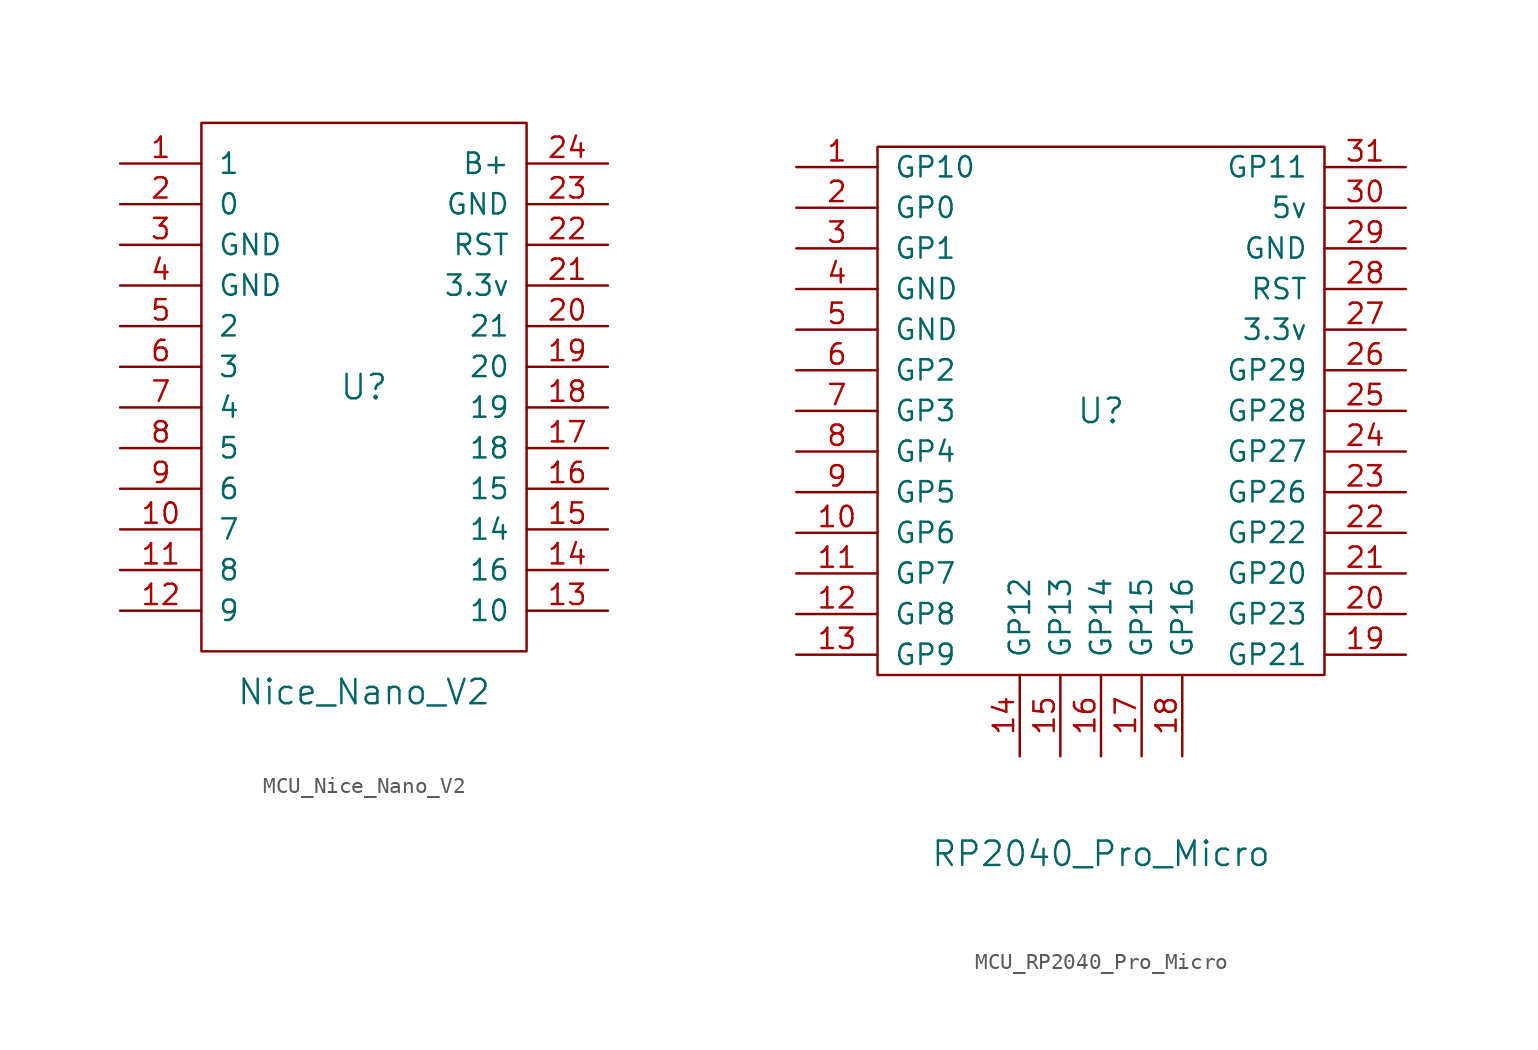
<source format=kicad_sym>
(kicad_symbol_lib
  (version 20241209)
  (generator "kicad_symbol_editor")
  (generator_version "9.0")
  (symbol "MCU_Nice_Nano_V2"
    (pin_names
      (offset 1.016))
    (property "Reference" "U"
      (at 0 0 0)
      (effects (font (size 1.524 1.524))))
    (property "Value" "Nice_Nano_V2"
      (at 0 -19.05 0)
      (effects (font (size 1.524 1.524))))
    (symbol "MCU_Nice_Nano_V2_0_1"
      (rectangle (start -10.16 16.51) (end 10.16 -16.51) (stroke (width 0) (type solid)) (fill (type none))))
    (symbol "MCU_Nice_Nano_V2_1_1"
      (pin input line (at -15.24 13.97 0) (length 5.08) (name "1" (effects (font (size 1.27 1.27)))) (number "1" (effects (font (size 1.27 1.27)))))
      (pin input line (at -15.24 11.43 0) (length 5.08) (name "0" (effects (font (size 1.27 1.27)))) (number "2" (effects (font (size 1.27 1.27)))))
      (pin input line (at -15.24 8.89 0) (length 5.08) (name "GND" (effects (font (size 1.27 1.27)))) (number "3" (effects (font (size 1.27 1.27)))))
      (pin input line (at -15.24 6.35 0) (length 5.08) (name "GND" (effects (font (size 1.27 1.27)))) (number "4" (effects (font (size 1.27 1.27)))))
      (pin input line (at -15.24 3.81 0) (length 5.08) (name "2" (effects (font (size 1.27 1.27)))) (number "5" (effects (font (size 1.27 1.27)))))
      (pin input line (at -15.24 1.27 0) (length 5.08) (name "3" (effects (font (size 1.27 1.27)))) (number "6" (effects (font (size 1.27 1.27)))))
      (pin input line (at -15.24 -1.27 0) (length 5.08) (name "4" (effects (font (size 1.27 1.27)))) (number "7" (effects (font (size 1.27 1.27)))))
      (pin input line (at -15.24 -3.81 0) (length 5.08) (name "5" (effects (font (size 1.27 1.27)))) (number "8" (effects (font (size 1.27 1.27)))))
      (pin input line (at -15.24 -6.35 0) (length 5.08) (name "6" (effects (font (size 1.27 1.27)))) (number "9" (effects (font (size 1.27 1.27)))))
      (pin input line (at -15.24 -8.89 0) (length 5.08) (name "7" (effects (font (size 1.27 1.27)))) (number "10" (effects (font (size 1.27 1.27)))))
      (pin input line (at -15.24 -11.43 0) (length 5.08) (name "8" (effects (font (size 1.27 1.27)))) (number "11" (effects (font (size 1.27 1.27)))))
      (pin input line (at -15.24 -13.97 0) (length 5.08) (name "9" (effects (font (size 1.27 1.27)))) (number "12" (effects (font (size 1.27 1.27)))))
      (pin input line (at 15.24 13.97 180) (length 5.08) (name "B+" (effects (font (size 1.27 1.27)))) (number "24" (effects (font (size 1.27 1.27)))))
      (pin input line (at 15.24 11.43 180) (length 5.08) (name "GND" (effects (font (size 1.27 1.27)))) (number "23" (effects (font (size 1.27 1.27)))))
      (pin input line (at 15.24 8.89 180) (length 5.08) (name "RST" (effects (font (size 1.27 1.27)))) (number "22" (effects (font (size 1.27 1.27)))))
      (pin input line (at 15.24 6.35 180) (length 5.08) (name "3.3v" (effects (font (size 1.27 1.27)))) (number "21" (effects (font (size 1.27 1.27)))))
      (pin input line (at 15.24 3.81 180) (length 5.08) (name "21" (effects (font (size 1.27 1.27)))) (number "20" (effects (font (size 1.27 1.27)))))
      (pin input line (at 15.24 1.27 180) (length 5.08) (name "20" (effects (font (size 1.27 1.27)))) (number "19" (effects (font (size 1.27 1.27)))))
      (pin input line (at 15.24 -1.27 180) (length 5.08) (name "19" (effects (font (size 1.27 1.27)))) (number "18" (effects (font (size 1.27 1.27)))))
      (pin input line (at 15.24 -3.81 180) (length 5.08) (name "18" (effects (font (size 1.27 1.27)))) (number "17" (effects (font (size 1.27 1.27)))))
      (pin input line (at 15.24 -6.35 180) (length 5.08) (name "15" (effects (font (size 1.27 1.27)))) (number "16" (effects (font (size 1.27 1.27)))))
      (pin input line (at 15.24 -8.89 180) (length 5.08) (name "14" (effects (font (size 1.27 1.27)))) (number "15" (effects (font (size 1.27 1.27)))))
      (pin input line (at 15.24 -11.43 180) (length 5.08) (name "16" (effects (font (size 1.27 1.27)))) (number "14" (effects (font (size 1.27 1.27)))))
      (pin input line (at 15.24 -13.97 180) (length 5.08) (name "10" (effects (font (size 1.27 1.27)))) (number "13" (effects (font (size 1.27 1.27)))))))
  (symbol "MCU_RP2040_Pro_Micro"
    (pin_names
      (offset 1.016))
    (property "Reference" "U"
      (at 0 0 0)
      (effects (font (size 1.524 1.524))))
    (property "Value" "RP2040_Pro_Micro"
      (at 0 -27.686 0)
      (effects (font (size 1.524 1.524))))
    (symbol "MCU_RP2040_Pro_Micro_0_1"
      (rectangle (start -13.97 16.51) (end 13.97 -16.51) (stroke (width 0) (type solid)) (fill (type none))))
    (symbol "MCU_RP2040_Pro_Micro_1_1"
      (pin input line (at -19.05 15.24 0) (length 5.08) (name "GP10" (effects (font (size 1.27 1.27)))) (number "1" (effects (font (size 1.27 1.27)))))
      (pin input line (at -19.05 12.7 0) (length 5.08) (name "GP0" (effects (font (size 1.27 1.27)))) (number "2" (effects (font (size 1.27 1.27)))))
      (pin input line (at -19.05 10.16 0) (length 5.08) (name "GP1" (effects (font (size 1.27 1.27)))) (number "3" (effects (font (size 1.27 1.27)))))
      (pin input line (at -19.05 7.62 0) (length 5.08) (name "GND" (effects (font (size 1.27 1.27)))) (number "4" (effects (font (size 1.27 1.27)))))
      (pin input line (at -19.05 5.08 0) (length 5.08) (name "GND" (effects (font (size 1.27 1.27)))) (number "5" (effects (font (size 1.27 1.27)))))
      (pin input line (at -19.05 2.54 0) (length 5.08) (name "GP2" (effects (font (size 1.27 1.27)))) (number "6" (effects (font (size 1.27 1.27)))))
      (pin input line (at -19.05 0 0) (length 5.08) (name "GP3" (effects (font (size 1.27 1.27)))) (number "7" (effects (font (size 1.27 1.27)))))
      (pin input line (at -19.05 -2.54 0) (length 5.08) (name "GP4" (effects (font (size 1.27 1.27)))) (number "8" (effects (font (size 1.27 1.27)))))
      (pin input line (at -19.05 -5.08 0) (length 5.08) (name "GP5" (effects (font (size 1.27 1.27)))) (number "9" (effects (font (size 1.27 1.27)))))
      (pin input line (at -19.05 -7.62 0) (length 5.08) (name "GP6" (effects (font (size 1.27 1.27)))) (number "10" (effects (font (size 1.27 1.27)))))
      (pin input line (at -19.05 -10.16 0) (length 5.08) (name "GP7" (effects (font (size 1.27 1.27)))) (number "11" (effects (font (size 1.27 1.27)))))
      (pin input line (at -19.05 -12.7 0) (length 5.08) (name "GP8" (effects (font (size 1.27 1.27)))) (number "12" (effects (font (size 1.27 1.27)))))
      (pin input line (at -19.05 -15.24 0) (length 5.08) (name "GP9" (effects (font (size 1.27 1.27)))) (number "13" (effects (font (size 1.27 1.27)))))
      (pin input line (at -5.08 -21.59 90) (length 5.08) (name "GP12" (effects (font (size 1.27 1.27)))) (number "14" (effects (font (size 1.27 1.27)))))
      (pin input line (at -2.54 -21.59 90) (length 5.08) (name "GP13" (effects (font (size 1.27 1.27)))) (number "15" (effects (font (size 1.27 1.27)))))
      (pin input line (at 0 -21.59 90) (length 5.08) (name "GP14" (effects (font (size 1.27 1.27)))) (number "16" (effects (font (size 1.27 1.27)))))
      (pin input line (at 2.54 -21.59 90) (length 5.08) (name "GP15" (effects (font (size 1.27 1.27)))) (number "17" (effects (font (size 1.27 1.27)))))
      (pin input line (at 5.08 -21.59 90) (length 5.08) (name "GP16" (effects (font (size 1.27 1.27)))) (number "18" (effects (font (size 1.27 1.27)))))
      (pin input line (at 19.05 15.24 180) (length 5.08) (name "GP11" (effects (font (size 1.27 1.27)))) (number "31" (effects (font (size 1.27 1.27)))))
      (pin input line (at 19.05 12.7 180) (length 5.08) (name "5v" (effects (font (size 1.27 1.27)))) (number "30" (effects (font (size 1.27 1.27)))))
      (pin input line (at 19.05 10.16 180) (length 5.08) (name "GND" (effects (font (size 1.27 1.27)))) (number "29" (effects (font (size 1.27 1.27)))))
      (pin input line (at 19.05 7.62 180) (length 5.08) (name "RST" (effects (font (size 1.27 1.27)))) (number "28" (effects (font (size 1.27 1.27)))))
      (pin input line (at 19.05 5.08 180) (length 5.08) (name "3.3v" (effects (font (size 1.27 1.27)))) (number "27" (effects (font (size 1.27 1.27)))))
      (pin input line (at 19.05 2.54 180) (length 5.08) (name "GP29" (effects (font (size 1.27 1.27)))) (number "26" (effects (font (size 1.27 1.27)))))
      (pin input line (at 19.05 0 180) (length 5.08) (name "GP28" (effects (font (size 1.27 1.27)))) (number "25" (effects (font (size 1.27 1.27)))))
      (pin input line (at 19.05 -2.54 180) (length 5.08) (name "GP27" (effects (font (size 1.27 1.27)))) (number "24" (effects (font (size 1.27 1.27)))))
      (pin input line (at 19.05 -5.08 180) (length 5.08) (name "GP26" (effects (font (size 1.27 1.27)))) (number "23" (effects (font (size 1.27 1.27)))))
      (pin input line (at 19.05 -7.62 180) (length 5.08) (name "GP22" (effects (font (size 1.27 1.27)))) (number "22" (effects (font (size 1.27 1.27)))))
      (pin input line (at 19.05 -10.16 180) (length 5.08) (name "GP20" (effects (font (size 1.27 1.27)))) (number "21" (effects (font (size 1.27 1.27)))))
      (pin input line (at 19.05 -12.7 180) (length 5.08) (name "GP23" (effects (font (size 1.27 1.27)))) (number "20" (effects (font (size 1.27 1.27)))))
      (pin input line (at 19.05 -15.24 180) (length 5.08) (name "GP21" (effects (font (size 1.27 1.27)))) (number "19" (effects (font (size 1.27 1.27))))))))
</source>
